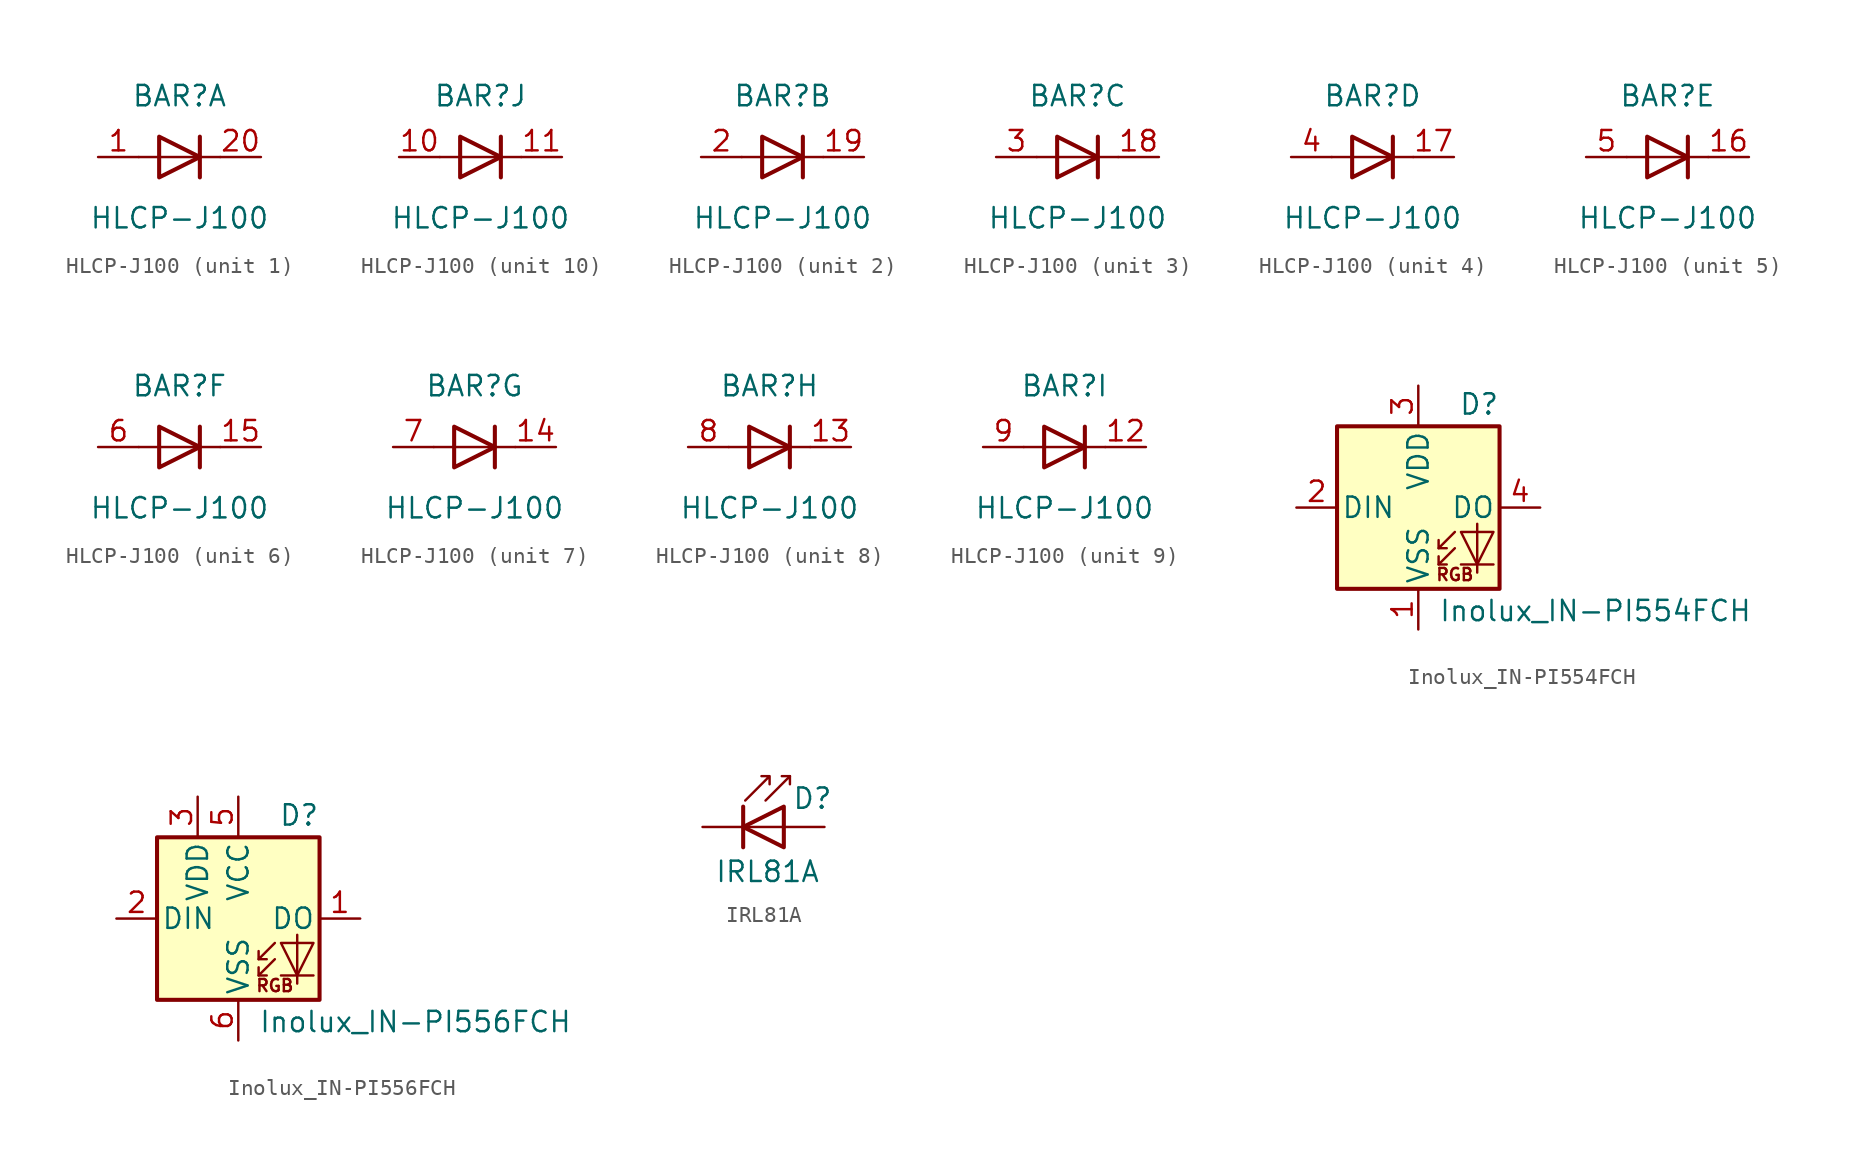
<source format=kicad_sym>
(kicad_symbol_lib
  (version 20201005)
  (generator kicad_symbol_editor)
  (symbol "LED:HLCP-J100"
    (pin_names
      (offset 1.016) hide)
    (property "Reference" "BAR"
      (at 0 3.81 0)
      (effects (font (size 1.27 1.27))))
    (property "Value" "HLCP-J100"
      (at 0 -3.81 0)
      (effects (font (size 1.27 1.27))))
    (symbol "HLCP-J100_0_1"
      (polyline (pts (xy -2.54 0) (xy 2.54 0)) (stroke (width 0)) (fill (type none)))
      (polyline (pts (xy 1.27 -1.27) (xy 1.27 1.27)) (stroke (width 0.254)) (fill (type none)))
      (polyline (pts (xy -1.27 1.27) (xy -1.27 -1.27) (xy 1.27 0) (xy -1.27 1.27)) (stroke (width 0.254)) (fill (type none))))
    (symbol "HLCP-J100_1_1"
      (pin passive line (at -5.08 0 0) (length 2.54) (name "A" (effects (font (size 1.27 1.27)))) (number "1" (effects (font (size 1.27 1.27)))))
      (pin passive line (at 5.08 0 180) (length 2.54) (name "K" (effects (font (size 1.27 1.27)))) (number "20" (effects (font (size 1.27 1.27))))))
    (symbol "HLCP-J100_2_1"
      (pin passive line (at 5.08 0 180) (length 2.54) (name "K" (effects (font (size 1.27 1.27)))) (number "19" (effects (font (size 1.27 1.27)))))
      (pin passive line (at -5.08 0 0) (length 2.54) (name "A" (effects (font (size 1.27 1.27)))) (number "2" (effects (font (size 1.27 1.27))))))
    (symbol "HLCP-J100_3_1"
      (pin passive line (at 5.08 0 180) (length 2.54) (name "K" (effects (font (size 1.27 1.27)))) (number "18" (effects (font (size 1.27 1.27)))))
      (pin passive line (at -5.08 0 0) (length 2.54) (name "A" (effects (font (size 1.27 1.27)))) (number "3" (effects (font (size 1.27 1.27))))))
    (symbol "HLCP-J100_4_1"
      (pin passive line (at 5.08 0 180) (length 2.54) (name "K" (effects (font (size 1.27 1.27)))) (number "17" (effects (font (size 1.27 1.27)))))
      (pin passive line (at -5.08 0 0) (length 2.54) (name "A" (effects (font (size 1.27 1.27)))) (number "4" (effects (font (size 1.27 1.27))))))
    (symbol "HLCP-J100_5_1"
      (pin passive line (at 5.08 0 180) (length 2.54) (name "K" (effects (font (size 1.27 1.27)))) (number "16" (effects (font (size 1.27 1.27)))))
      (pin passive line (at -5.08 0 0) (length 2.54) (name "A" (effects (font (size 1.27 1.27)))) (number "5" (effects (font (size 1.27 1.27))))))
    (symbol "HLCP-J100_6_1"
      (pin passive line (at 5.08 0 180) (length 2.54) (name "K" (effects (font (size 1.27 1.27)))) (number "15" (effects (font (size 1.27 1.27)))))
      (pin passive line (at -5.08 0 0) (length 2.54) (name "A" (effects (font (size 1.27 1.27)))) (number "6" (effects (font (size 1.27 1.27))))))
    (symbol "HLCP-J100_7_1"
      (pin passive line (at 5.08 0 180) (length 2.54) (name "K" (effects (font (size 1.27 1.27)))) (number "14" (effects (font (size 1.27 1.27)))))
      (pin passive line (at -5.08 0 0) (length 2.54) (name "A" (effects (font (size 1.27 1.27)))) (number "7" (effects (font (size 1.27 1.27))))))
    (symbol "HLCP-J100_8_1"
      (pin passive line (at 5.08 0 180) (length 2.54) (name "K" (effects (font (size 1.27 1.27)))) (number "13" (effects (font (size 1.27 1.27)))))
      (pin passive line (at -5.08 0 0) (length 2.54) (name "A" (effects (font (size 1.27 1.27)))) (number "8" (effects (font (size 1.27 1.27))))))
    (symbol "HLCP-J100_9_1"
      (pin passive line (at 5.08 0 180) (length 2.54) (name "K" (effects (font (size 1.27 1.27)))) (number "12" (effects (font (size 1.27 1.27)))))
      (pin passive line (at -5.08 0 0) (length 2.54) (name "A" (effects (font (size 1.27 1.27)))) (number "9" (effects (font (size 1.27 1.27))))))
    (symbol "HLCP-J100_10_1"
      (pin passive line (at -5.08 0 0) (length 2.54) (name "A" (effects (font (size 1.27 1.27)))) (number "10" (effects (font (size 1.27 1.27)))))
      (pin passive line (at 5.08 0 180) (length 2.54) (name "K" (effects (font (size 1.27 1.27)))) (number "11" (effects (font (size 1.27 1.27)))))))
  (symbol "LED:Inolux_IN-PI554FCH"
    (pin_names
      (offset 0.254))
    (property "Reference" "D"
      (at 5.08 5.715 0)
      (effects (font (size 1.27 1.27)) (justify right bottom)))
    (property "Value" "Inolux_IN-PI554FCH"
      (at 1.27 -5.715 0)
      (effects (font (size 1.27 1.27)) (justify left top)))
    (symbol "Inolux_IN-PI554FCH_0_0"
      (text "RGB" (at 2.286 -4.191 0) (effects (font (size 0.762 0.762)))))
    (symbol "Inolux_IN-PI554FCH_0_1"
      (rectangle (start 5.08 5.08) (end -5.08 -5.08) (stroke (width 0.254)) (fill (type background)))
      (polyline (pts (xy 1.27 -3.556) (xy 1.778 -3.556)) (stroke (width 0)) (fill (type none)))
      (polyline (pts (xy 1.27 -2.54) (xy 1.778 -2.54)) (stroke (width 0)) (fill (type none)))
      (polyline (pts (xy 4.699 -3.556) (xy 2.667 -3.556)) (stroke (width 0)) (fill (type none)))
      (polyline (pts (xy 2.286 -2.54) (xy 1.27 -3.556) (xy 1.27 -3.048)) (stroke (width 0)) (fill (type none)))
      (polyline (pts (xy 2.286 -1.524) (xy 1.27 -2.54) (xy 1.27 -2.032)) (stroke (width 0)) (fill (type none)))
      (polyline (pts (xy 3.683 -1.016) (xy 3.683 -3.556) (xy 3.683 -4.064)) (stroke (width 0)) (fill (type none)))
      (polyline (pts (xy 4.699 -1.524) (xy 2.667 -1.524) (xy 3.683 -3.556) (xy 4.699 -1.524)) (stroke (width 0)) (fill (type none))))
    (symbol "Inolux_IN-PI554FCH_1_1"
      (pin power_in line (at 0 -7.62 90) (length 2.54) (name "VSS" (effects (font (size 1.27 1.27)))) (number "1" (effects (font (size 1.27 1.27)))))
      (pin input line (at -7.62 0 0) (length 2.54) (name "DIN" (effects (font (size 1.27 1.27)))) (number "2" (effects (font (size 1.27 1.27)))))
      (pin power_in line (at 0 7.62 270) (length 2.54) (name "VDD" (effects (font (size 1.27 1.27)))) (number "3" (effects (font (size 1.27 1.27)))))
      (pin output line (at 7.62 0 180) (length 2.54) (name "DO" (effects (font (size 1.27 1.27)))) (number "4" (effects (font (size 1.27 1.27)))))))
  (symbol "LED:Inolux_IN-PI556FCH"
    (pin_names
      (offset 0.254))
    (property "Reference" "D"
      (at 5.08 5.715 0)
      (effects (font (size 1.27 1.27)) (justify right bottom)))
    (property "Value" "Inolux_IN-PI556FCH"
      (at 1.27 -5.715 0)
      (effects (font (size 1.27 1.27)) (justify left top)))
    (symbol "Inolux_IN-PI556FCH_0_0"
      (text "RGB" (at 2.286 -4.191 0) (effects (font (size 0.762 0.762)))))
    (symbol "Inolux_IN-PI556FCH_0_1"
      (rectangle (start 5.08 5.08) (end -5.08 -5.08) (stroke (width 0.254)) (fill (type background)))
      (polyline (pts (xy 1.27 -3.556) (xy 1.778 -3.556)) (stroke (width 0)) (fill (type none)))
      (polyline (pts (xy 1.27 -2.54) (xy 1.778 -2.54)) (stroke (width 0)) (fill (type none)))
      (polyline (pts (xy 4.699 -3.556) (xy 2.667 -3.556)) (stroke (width 0)) (fill (type none)))
      (polyline (pts (xy 2.286 -2.54) (xy 1.27 -3.556) (xy 1.27 -3.048)) (stroke (width 0)) (fill (type none)))
      (polyline (pts (xy 2.286 -1.524) (xy 1.27 -2.54) (xy 1.27 -2.032)) (stroke (width 0)) (fill (type none)))
      (polyline (pts (xy 3.683 -1.016) (xy 3.683 -3.556) (xy 3.683 -4.064)) (stroke (width 0)) (fill (type none)))
      (polyline (pts (xy 4.699 -1.524) (xy 2.667 -1.524) (xy 3.683 -3.556) (xy 4.699 -1.524)) (stroke (width 0)) (fill (type none))))
    (symbol "Inolux_IN-PI556FCH_1_1"
      (pin output line (at 7.62 0 180) (length 2.54) (name "DO" (effects (font (size 1.27 1.27)))) (number "1" (effects (font (size 1.27 1.27)))))
      (pin input line (at -7.62 0 0) (length 2.54) (name "DIN" (effects (font (size 1.27 1.27)))) (number "2" (effects (font (size 1.27 1.27)))))
      (pin power_in line (at -2.54 7.62 270) (length 2.54) (name "VDD" (effects (font (size 1.27 1.27)))) (number "3" (effects (font (size 1.27 1.27)))))
      (pin no_connect line (at 5.08 2.54 180) (length 2.54) hide (name "NC" (effects (font (size 1.27 1.27)))) (number "4" (effects (font (size 1.27 1.27)))))
      (pin power_in line (at 0 7.62 270) (length 2.54) (name "VCC" (effects (font (size 1.27 1.27)))) (number "5" (effects (font (size 1.27 1.27)))))
      (pin power_in line (at 0 -7.62 90) (length 2.54) (name "VSS" (effects (font (size 1.27 1.27)))) (number "6" (effects (font (size 1.27 1.27)))))))
  (symbol "LED:IRL81A"
    (pin_numbers hide)
    (pin_names
      (offset 1.016) hide)
    (property "Reference" "D"
      (at 0.508 1.778 0)
      (effects (font (size 1.27 1.27)) (justify left)))
    (property "Value" "IRL81A"
      (at -1.016 -2.794 0)
      (effects (font (size 1.27 1.27))))
    (symbol "IRL81A_0_1"
      (polyline (pts (xy -2.54 0) (xy 0 0)) (stroke (width 0)) (fill (type none)))
      (polyline (pts (xy -2.54 1.27) (xy -2.54 -1.27)) (stroke (width 0.254)) (fill (type none)))
      (polyline (pts (xy 0.381 3.175) (xy -0.127 3.175)) (stroke (width 0)) (fill (type none)))
      (polyline (pts (xy -1.143 1.651) (xy 0.381 3.175) (xy 0.381 2.667)) (stroke (width 0)) (fill (type none)))
      (polyline (pts (xy 0 -1.27) (xy 0 1.27) (xy -2.54 0) (xy 0 -1.27)) (stroke (width 0.254)) (fill (type none)))
      (polyline (pts (xy -2.413 1.651) (xy -0.889 3.175) (xy -0.889 2.667) (xy -0.889 3.175) (xy -1.397 3.175)) (stroke (width 0)) (fill (type none))))
    (symbol "IRL81A_1_1"
      (pin passive line (at -5.08 0 0) (length 2.54) (name "K" (effects (font (size 1.27 1.27)))) (number "1" (effects (font (size 1.27 1.27)))))
      (pin passive line (at 2.54 0 180) (length 2.54) (name "A" (effects (font (size 1.27 1.27)))) (number "2" (effects (font (size 1.27 1.27))))))))
</source>
